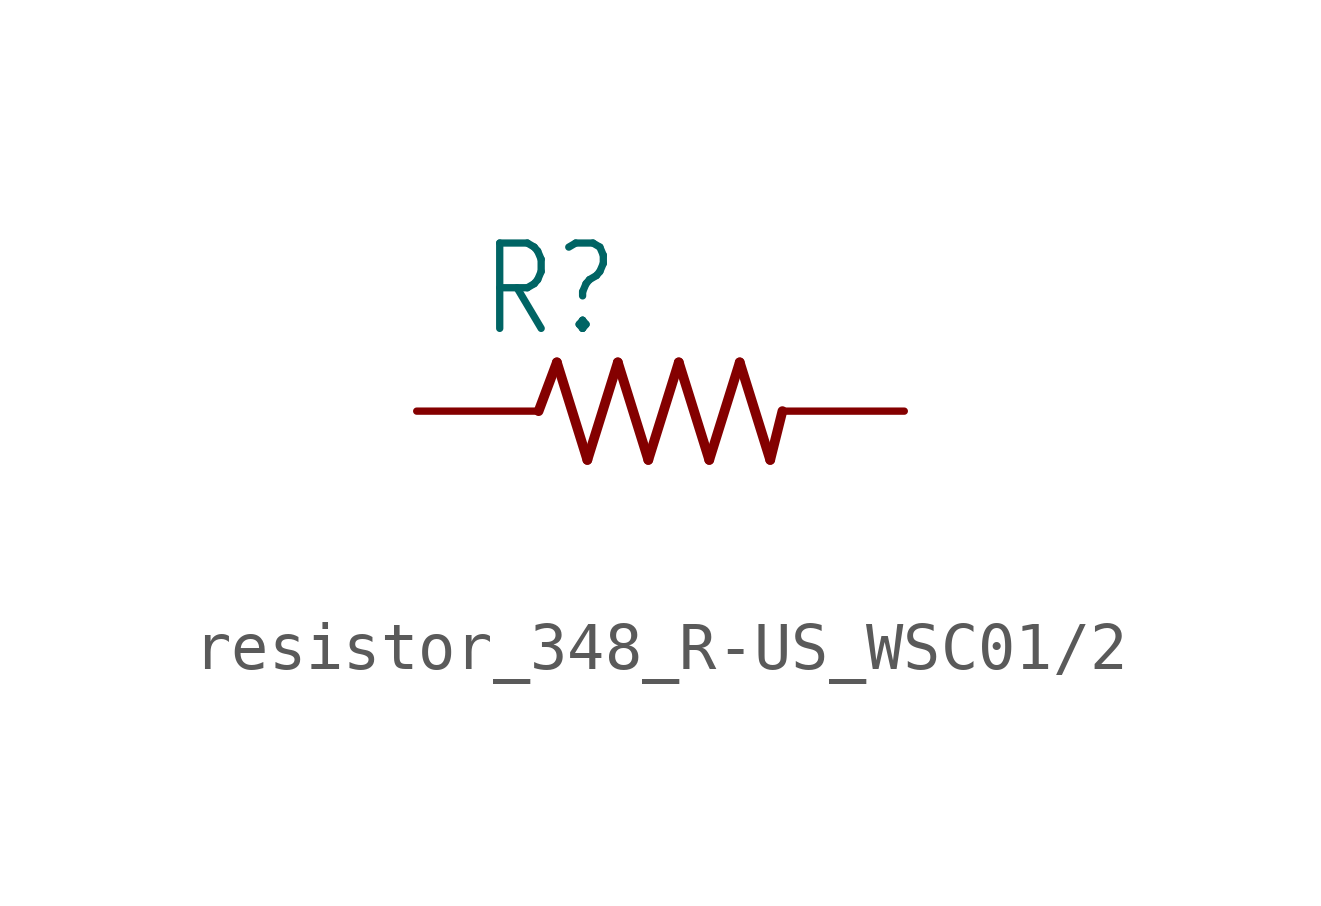
<source format=kicad_sym>
(kicad_symbol_lib
  (version 20241209)
  (generator "kicad_symbol_editor")
  (generator_version "9.0")
  (symbol "resistor_348_R-US_WSC01/2"
    (property "Reference" "R"
      (at -3.81 1.499 0)
      (effects (font (size 1.778 1.511)) (justify left bottom)))
    (property "Value" ""
      (at -3.81 -3.302 0)
      (effects (font (size 1.778 1.511)) (justify left bottom)))
    (property "ki_locked" ""
      (at 0 0 0)
      (effects (font (size 1.27 1.27))))
    (symbol "resistor_348_R-US_WSC01/2_1_0"
      (polyline (pts (xy -2.54 0) (xy -2.159 1.016)) (stroke (width 0.203) (type solid)) (fill (type none)))
      (polyline (pts (xy -2.159 1.016) (xy -1.524 -1.016)) (stroke (width 0.203) (type solid)) (fill (type none)))
      (polyline (pts (xy -1.524 -1.016) (xy -0.889 1.016)) (stroke (width 0.203) (type solid)) (fill (type none)))
      (polyline (pts (xy -0.889 1.016) (xy -0.254 -1.016)) (stroke (width 0.203) (type solid)) (fill (type none)))
      (polyline (pts (xy -0.254 -1.016) (xy 0.381 1.016)) (stroke (width 0.203) (type solid)) (fill (type none)))
      (polyline (pts (xy 0.381 1.016) (xy 1.016 -1.016)) (stroke (width 0.203) (type solid)) (fill (type none)))
      (polyline (pts (xy 1.016 -1.016) (xy 1.651 1.016)) (stroke (width 0.203) (type solid)) (fill (type none)))
      (polyline (pts (xy 1.651 1.016) (xy 2.286 -1.016)) (stroke (width 0.203) (type solid)) (fill (type none)))
      (polyline (pts (xy 2.286 -1.016) (xy 2.54 0)) (stroke (width 0.203) (type solid)) (fill (type none)))
      (pin passive line (at -5.08 0 0) (length 2.54) (name "1" (effects (font (size 0 0)))) (number "1" (effects (font (size 0 0)))))
      (pin passive line (at 5.08 0 180) (length 2.54) (name "2" (effects (font (size 0 0)))) (number "2" (effects (font (size 0 0))))))))
</source>
